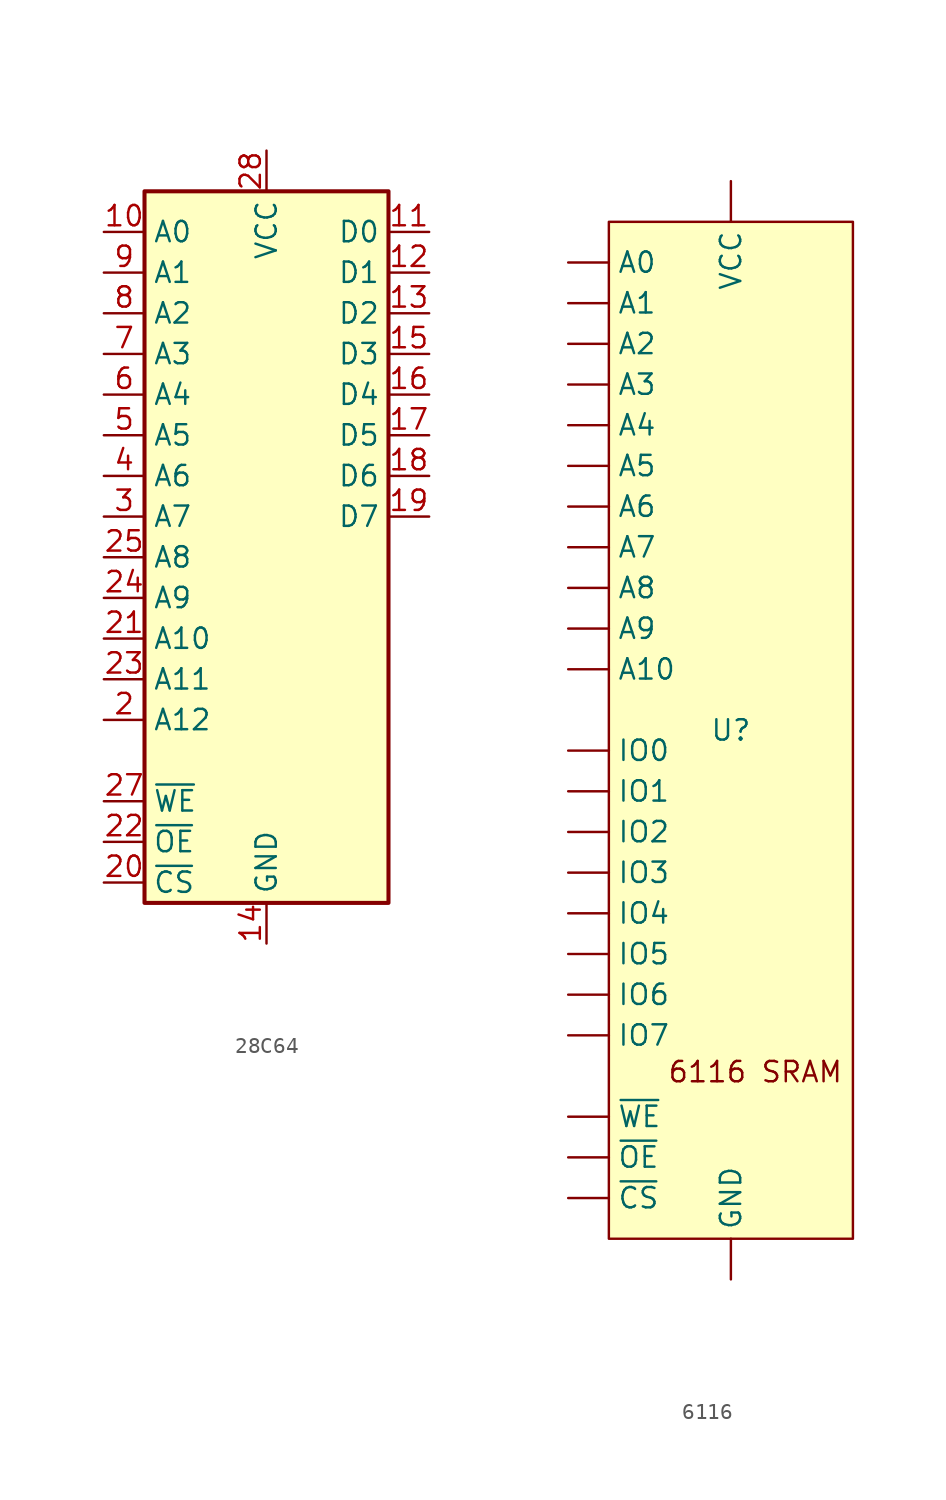
<source format=kicad_sym>
(kicad_symbol_lib
  (version 20241209)
  (generator "kicad_symbol_editor")
  (generator_version "9.0")
  (symbol "28C64"
    (property "Reference" "U"
      (at -1.016 11.938 0)
      (effects (font (size 1.27 1.27)) (hide yes)))
    (symbol "28C64_1_1"
      (rectangle (start -7.62 21.59) (end 7.62 -22.86) (stroke (width 0.254) (type default)) (fill (type background)))
      (pin input line (at -10.16 19.05 0) (length 2.54) (name "A0" (effects (font (size 1.27 1.27)))) (number "10" (effects (font (size 1.27 1.27)))))
      (pin input line (at -10.16 16.51 0) (length 2.54) (name "A1" (effects (font (size 1.27 1.27)))) (number "9" (effects (font (size 1.27 1.27)))))
      (pin input line (at -10.16 13.97 0) (length 2.54) (name "A2" (effects (font (size 1.27 1.27)))) (number "8" (effects (font (size 1.27 1.27)))))
      (pin input line (at -10.16 11.43 0) (length 2.54) (name "A3" (effects (font (size 1.27 1.27)))) (number "7" (effects (font (size 1.27 1.27)))))
      (pin input line (at -10.16 8.89 0) (length 2.54) (name "A4" (effects (font (size 1.27 1.27)))) (number "6" (effects (font (size 1.27 1.27)))))
      (pin input line (at -10.16 6.35 0) (length 2.54) (name "A5" (effects (font (size 1.27 1.27)))) (number "5" (effects (font (size 1.27 1.27)))))
      (pin input line (at -10.16 3.81 0) (length 2.54) (name "A6" (effects (font (size 1.27 1.27)))) (number "4" (effects (font (size 1.27 1.27)))))
      (pin input line (at -10.16 1.27 0) (length 2.54) (name "A7" (effects (font (size 1.27 1.27)))) (number "3" (effects (font (size 1.27 1.27)))))
      (pin input line (at -10.16 -1.27 0) (length 2.54) (name "A8" (effects (font (size 1.27 1.27)))) (number "25" (effects (font (size 1.27 1.27)))))
      (pin input line (at -10.16 -3.81 0) (length 2.54) (name "A9" (effects (font (size 1.27 1.27)))) (number "24" (effects (font (size 1.27 1.27)))))
      (pin input line (at -10.16 -6.35 0) (length 2.54) (name "A10" (effects (font (size 1.27 1.27)))) (number "21" (effects (font (size 1.27 1.27)))))
      (pin input line (at -10.16 -8.89 0) (length 2.54) (name "A11" (effects (font (size 1.27 1.27)))) (number "23" (effects (font (size 1.27 1.27)))))
      (pin input line (at -10.16 -11.43 0) (length 2.54) (name "A12" (effects (font (size 1.27 1.27)))) (number "2" (effects (font (size 1.27 1.27)))))
      (pin input line (at -10.16 -16.51 0) (length 2.54) (name "~{WE}" (effects (font (size 1.27 1.27)))) (number "27" (effects (font (size 1.27 1.27)))))
      (pin input line (at -10.16 -19.05 0) (length 2.54) (name "~{OE}" (effects (font (size 1.27 1.27)))) (number "22" (effects (font (size 1.27 1.27)))))
      (pin input line (at -10.16 -21.59 0) (length 2.54) (name "~{CS}" (effects (font (size 1.27 1.27)))) (number "20" (effects (font (size 1.27 1.27)))))
      (pin power_in line (at 0 24.13 270) (length 2.54) (name "VCC" (effects (font (size 1.27 1.27)))) (number "28" (effects (font (size 1.27 1.27)))))
      (pin power_in line (at 0 -25.4 90) (length 2.54) (name "GND" (effects (font (size 1.27 1.27)))) (number "14" (effects (font (size 1.27 1.27)))))
      (pin tri_state line (at 10.16 19.05 180) (length 2.54) (name "D0" (effects (font (size 1.27 1.27)))) (number "11" (effects (font (size 1.27 1.27)))))
      (pin tri_state line (at 10.16 16.51 180) (length 2.54) (name "D1" (effects (font (size 1.27 1.27)))) (number "12" (effects (font (size 1.27 1.27)))))
      (pin tri_state line (at 10.16 13.97 180) (length 2.54) (name "D2" (effects (font (size 1.27 1.27)))) (number "13" (effects (font (size 1.27 1.27)))))
      (pin tri_state line (at 10.16 11.43 180) (length 2.54) (name "D3" (effects (font (size 1.27 1.27)))) (number "15" (effects (font (size 1.27 1.27)))))
      (pin tri_state line (at 10.16 8.89 180) (length 2.54) (name "D4" (effects (font (size 1.27 1.27)))) (number "16" (effects (font (size 1.27 1.27)))))
      (pin tri_state line (at 10.16 6.35 180) (length 2.54) (name "D5" (effects (font (size 1.27 1.27)))) (number "17" (effects (font (size 1.27 1.27)))))
      (pin tri_state line (at 10.16 3.81 180) (length 2.54) (name "D6" (effects (font (size 1.27 1.27)))) (number "18" (effects (font (size 1.27 1.27)))))
      (pin tri_state line (at 10.16 1.27 180) (length 2.54) (name "D7" (effects (font (size 1.27 1.27)))) (number "19" (effects (font (size 1.27 1.27)))))))
  (symbol "6116"
    (property "Reference" "U"
      (at 0 0 0)
      (effects (font (size 1.27 1.27))))
    (property "Value" ""
      (at 0 0 0)
      (effects (font (size 1.27 1.27))))
    (symbol "6116_1_1"
      (rectangle (start -7.62 31.75) (end 7.62 -31.75) (stroke (width 0) (type solid)) (fill (type background)))
      (text "6116 SRAM" (at 1.524 -21.336 0) (effects (font (size 1.27 1.27))))
      (pin input line (at -10.16 29.21 0) (length 2.54) (name "A0" (effects (font (size 1.27 1.27)))) (number "" (effects (font (size 1.27 1.27)))))
      (pin input line (at -10.16 26.67 0) (length 2.54) (name "A1" (effects (font (size 1.27 1.27)))) (number "" (effects (font (size 1.27 1.27)))))
      (pin input line (at -10.16 24.13 0) (length 2.54) (name "A2" (effects (font (size 1.27 1.27)))) (number "" (effects (font (size 1.27 1.27)))))
      (pin input line (at -10.16 21.59 0) (length 2.54) (name "A3" (effects (font (size 1.27 1.27)))) (number "" (effects (font (size 1.27 1.27)))))
      (pin input line (at -10.16 19.05 0) (length 2.54) (name "A4" (effects (font (size 1.27 1.27)))) (number "" (effects (font (size 1.27 1.27)))))
      (pin input line (at -10.16 16.51 0) (length 2.54) (name "A5" (effects (font (size 1.27 1.27)))) (number "" (effects (font (size 1.27 1.27)))))
      (pin input line (at -10.16 13.97 0) (length 2.54) (name "A6" (effects (font (size 1.27 1.27)))) (number "" (effects (font (size 1.27 1.27)))))
      (pin input line (at -10.16 11.43 0) (length 2.54) (name "A7" (effects (font (size 1.27 1.27)))) (number "" (effects (font (size 1.27 1.27)))))
      (pin input line (at -10.16 8.89 0) (length 2.54) (name "A8" (effects (font (size 1.27 1.27)))) (number "" (effects (font (size 1.27 1.27)))))
      (pin input line (at -10.16 6.35 0) (length 2.54) (name "A9" (effects (font (size 1.27 1.27)))) (number "" (effects (font (size 1.27 1.27)))))
      (pin input line (at -10.16 3.81 0) (length 2.54) (name "A10" (effects (font (size 1.27 1.27)))) (number "" (effects (font (size 1.27 1.27)))))
      (pin tri_state line (at -10.16 -1.27 0) (length 2.54) (name "IO0" (effects (font (size 1.27 1.27)))) (number "" (effects (font (size 1.27 1.27)))))
      (pin tri_state line (at -10.16 -3.81 0) (length 2.54) (name "IO1" (effects (font (size 1.27 1.27)))) (number "" (effects (font (size 1.27 1.27)))))
      (pin tri_state line (at -10.16 -6.35 0) (length 2.54) (name "IO2" (effects (font (size 1.27 1.27)))) (number "" (effects (font (size 1.27 1.27)))))
      (pin tri_state line (at -10.16 -8.89 0) (length 2.54) (name "IO3" (effects (font (size 1.27 1.27)))) (number "" (effects (font (size 1.27 1.27)))))
      (pin tri_state line (at -10.16 -11.43 0) (length 2.54) (name "IO4" (effects (font (size 1.27 1.27)))) (number "" (effects (font (size 1.27 1.27)))))
      (pin tri_state line (at -10.16 -13.97 0) (length 2.54) (name "IO5" (effects (font (size 1.27 1.27)))) (number "" (effects (font (size 1.27 1.27)))))
      (pin tri_state line (at -10.16 -16.51 0) (length 2.54) (name "IO6" (effects (font (size 1.27 1.27)))) (number "" (effects (font (size 1.27 1.27)))))
      (pin tri_state line (at -10.16 -19.05 0) (length 2.54) (name "IO7" (effects (font (size 1.27 1.27)))) (number "" (effects (font (size 1.27 1.27)))))
      (pin input line (at -10.16 -24.13 0) (length 2.54) (name "~{WE}" (effects (font (size 1.27 1.27)))) (number "" (effects (font (size 1.27 1.27)))))
      (pin input line (at -10.16 -26.67 0) (length 2.54) (name "~{OE}" (effects (font (size 1.27 1.27)))) (number "" (effects (font (size 1.27 1.27)))))
      (pin input line (at -10.16 -29.21 0) (length 2.54) (name "~{CS}" (effects (font (size 1.27 1.27)))) (number "" (effects (font (size 1.27 1.27)))))
      (pin power_in line (at 0 34.29 270) (length 2.54) (name "VCC" (effects (font (size 1.27 1.27)))) (number "" (effects (font (size 1.27 1.27)))))
      (pin power_in line (at 0 -34.29 90) (length 2.54) (name "GND" (effects (font (size 1.27 1.27)))) (number "" (effects (font (size 1.27 1.27))))))))
</source>
